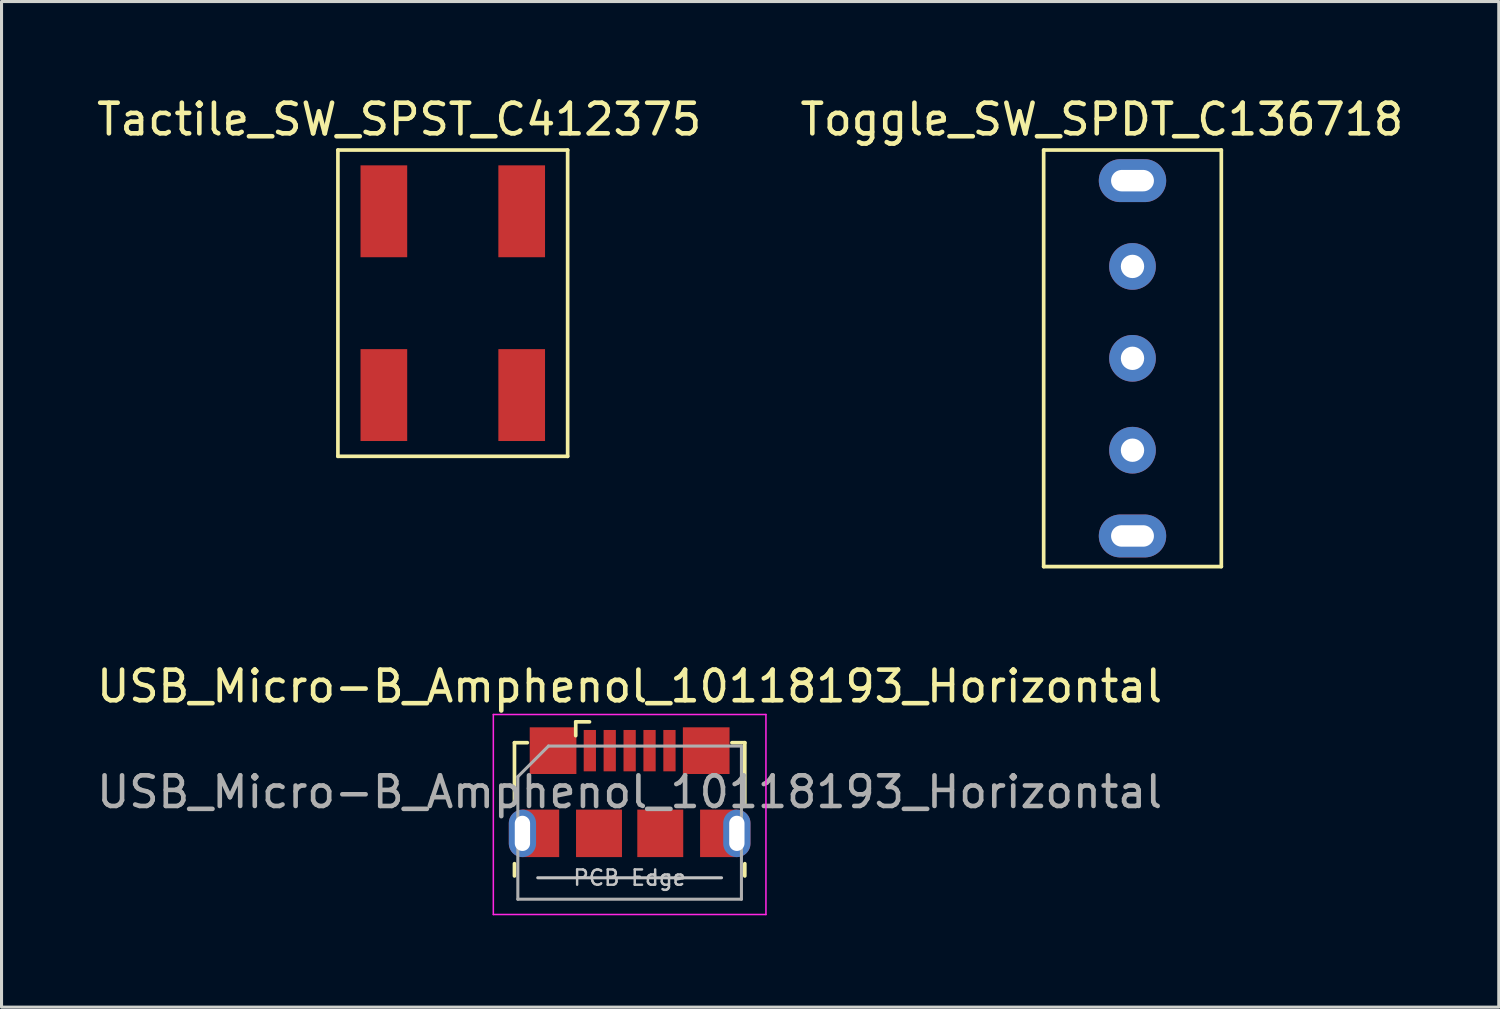
<source format=kicad_pcb>
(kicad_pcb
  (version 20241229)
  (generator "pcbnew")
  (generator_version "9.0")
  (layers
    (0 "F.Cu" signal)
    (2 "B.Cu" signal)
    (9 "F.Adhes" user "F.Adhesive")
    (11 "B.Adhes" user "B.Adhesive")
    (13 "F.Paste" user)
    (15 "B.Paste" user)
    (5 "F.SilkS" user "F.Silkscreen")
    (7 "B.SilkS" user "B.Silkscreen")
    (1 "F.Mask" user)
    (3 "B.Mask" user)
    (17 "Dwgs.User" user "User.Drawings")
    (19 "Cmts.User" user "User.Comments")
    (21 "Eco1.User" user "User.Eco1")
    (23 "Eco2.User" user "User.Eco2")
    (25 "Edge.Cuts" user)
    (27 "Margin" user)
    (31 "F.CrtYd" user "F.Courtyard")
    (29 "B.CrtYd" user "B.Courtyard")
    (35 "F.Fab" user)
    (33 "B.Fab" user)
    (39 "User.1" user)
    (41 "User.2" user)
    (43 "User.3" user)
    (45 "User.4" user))
  (footprint "Tactile_SW_SPST_C412375"
    (layer "F.Cu")
    (at 13.982 3.848)
    (property "Reference" "Tactile_SW_SPST_C412375" (at -4 -3 0) (layer "F.SilkS") (effects (font (size 1 1) (thickness 0.15))))
    (attr through_hole)
    (fp_line (start -6 -2) (end 1.5 -2) (stroke (width 0.12) (type solid)) (layer "F.SilkS"))
    (fp_line (start -6 8) (end -6 -2) (stroke (width 0.12) (type solid)) (layer "F.SilkS"))
    (fp_line (start 1.5 -2) (end 1.5 8) (stroke (width 0.12) (type solid)) (layer "F.SilkS"))
    (fp_line (start 1.5 8) (end -6 8) (stroke (width 0.12) (type solid)) (layer "F.SilkS"))
    (pad "1" smd rect (at 0 0) (size 1.524 3) (layers "F.Cu" "F.Mask" "F.Paste"))
    (pad "2" smd rect (at -4.5 0) (size 1.524 3) (layers "F.Cu" "F.Mask" "F.Paste"))
    (pad "3" smd rect (at 0 6) (size 1.524 3) (layers "F.Cu" "F.Mask" "F.Paste"))
    (pad "4" smd rect (at -4.5 6) (size 1.524 3) (layers "F.Cu" "F.Mask" "F.Paste")))
  (footprint "Toggle_SW_SPDT_C136718"
    (layer "F.Cu")
    (at 33.923 2.848)
    (property "Reference" "Toggle_SW_SPDT_C136718" (at -1 -2 0) (layer "F.SilkS") (effects (font (size 1 1) (thickness 0.15))))
    (attr through_hole)
    (fp_line (start -2.9 -1) (end -2.9 12.6) (stroke (width 0.12) (type solid)) (layer "F.SilkS"))
    (fp_line (start -2.9 -1) (end 2.9 -1) (stroke (width 0.12) (type solid)) (layer "F.SilkS"))
    (fp_line (start -2.9 12.6) (end 2.9 12.6) (stroke (width 0.12) (type solid)) (layer "F.SilkS"))
    (fp_line (start 2.9 -1) (end 2.9 12.6) (stroke (width 0.12) (type solid)) (layer "F.SilkS"))
    (pad "" thru_hole oval (at 0 0) (size 2.2 1.4) (drill oval 1.4 0.7) (layers "*.Cu" "*.Mask"))
    (pad "" thru_hole oval (at 0 11.6) (size 2.2 1.4) (drill oval 1.4 0.7) (layers "*.Cu" "*.Mask"))
    (pad "1" thru_hole circle (at 0 2.8) (size 1.524 1.524) (drill 0.762) (layers "*.Cu" "*.Mask"))
    (pad "2" thru_hole circle (at 0 5.8) (size 1.524 1.524) (drill 0.762) (layers "*.Cu" "*.Mask"))
    (pad "3" thru_hole circle (at 0 8.8) (size 1.524 1.524) (drill 0.762) (layers "*.Cu" "*.Mask")))
  (footprint "USB_Micro-B_Amphenol_10118193_Horizontal"
    (layer "F.Cu")
    (at 17.506 22.857)
    (property "Reference" "USB_Micro-B_Amphenol_10118193_Horizontal" (at 0 -3.5 0) (layer "F.SilkS") (effects (font (size 1 1) (thickness 0.15))))
    (attr smd)
    (fp_line (start -3.76 -1.66) (end -3.34 -1.66) (stroke (width 0.12) (type solid)) (layer "F.SilkS"))
    (fp_line (start -3.76 0.32) (end -3.76 -1.66) (stroke (width 0.12) (type solid)) (layer "F.SilkS"))
    (fp_line (start -3.76 2.69) (end -3.76 2.29) (stroke (width 0.12) (type solid)) (layer "F.SilkS"))
    (fp_line (start -1.76 -1.89) (end -1.76 -2.34) (stroke (width 0.12) (type solid)) (layer "F.SilkS"))
    (fp_line (start -1.31 -2.34) (end -1.76 -2.34) (stroke (width 0.12) (type solid)) (layer "F.SilkS"))
    (fp_line (start 3.76 -1.66) (end 3.34 -1.66) (stroke (width 0.12) (type solid)) (layer "F.SilkS"))
    (fp_line (start 3.76 0.32) (end 3.76 -1.66) (stroke (width 0.12) (type solid)) (layer "F.SilkS"))
    (fp_line (start 3.76 2.29) (end 3.76 2.69) (stroke (width 0.12) (type solid)) (layer "F.SilkS"))
    (fp_line (start 3 2.75) (end -3 2.75) (stroke (width 0.1) (type solid)) (layer "Dwgs.User"))
    (fp_line (start -4.45 -2.58) (end -4.45 3.95) (stroke (width 0.05) (type solid)) (layer "F.CrtYd"))
    (fp_line (start -4.45 -2.58) (end 4.45 -2.58) (stroke (width 0.05) (type solid)) (layer "F.CrtYd"))
    (fp_line (start -4.45 3.95) (end 4.45 3.95) (stroke (width 0.05) (type solid)) (layer "F.CrtYd"))
    (fp_line (start 4.45 -2.58) (end 4.45 3.95) (stroke (width 0.05) (type solid)) (layer "F.CrtYd"))
    (fp_line (start -3.65 -0.55) (end -2.65 -1.55) (stroke (width 0.1) (type solid)) (layer "F.Fab"))
    (fp_line (start -3.65 3.45) (end -3.65 -0.55) (stroke (width 0.1) (type solid)) (layer "F.Fab"))
    (fp_line (start -2.65 -1.55) (end 3.65 -1.55) (stroke (width 0.1) (type solid)) (layer "F.Fab"))
    (fp_line (start 3.65 -1.55) (end 3.65 3.45) (stroke (width 0.1) (type solid)) (layer "F.Fab"))
    (fp_line (start 3.65 3.45) (end -3.65 3.45) (stroke (width 0.1) (type solid)) (layer "F.Fab"))
    (fp_text user "PCB Edge" (at 0 2.75 0) (layer "Dwgs.User") (effects (font (size 0.5 0.5) (thickness 0.08))))
    (fp_text user "${REFERENCE}" (at 0 -0.05 0) (layer "F.Fab") (effects (font (size 1 1) (thickness 0.15))))
    (pad "" smd oval (at -3.5 1.3) (size 0.89 1.55) (layers "F.Paste"))
    (pad "" smd oval (at -2.5 -1.4) (size 1.25 0.95) (layers "F.Paste"))
    (pad "" smd oval (at 2.5 -1.4) (size 1.25 0.95) (layers "F.Paste"))
    (pad "" smd oval (at 3.5 1.3) (size 0.89 1.55) (layers "F.Paste"))
    (pad "1" smd rect (at -1.3 -1.4) (size 0.4 1.35) (layers "F.Cu" "F.Mask" "F.Paste"))
    (pad "2" smd rect (at -0.65 -1.4) (size 0.4 1.35) (layers "F.Cu" "F.Mask" "F.Paste"))
    (pad "3" smd rect (at 0 -1.4) (size 0.4 1.35) (layers "F.Cu" "F.Mask" "F.Paste"))
    (pad "4" smd rect (at 0.65 -1.4) (size 0.4 1.35) (layers "F.Cu" "F.Mask" "F.Paste"))
    (pad "5" smd rect (at 1.3 -1.4) (size 0.4 1.35) (layers "F.Cu" "F.Mask" "F.Paste"))
    (pad "6" thru_hole oval (at -3.5 1.3) (size 0.89 1.55) (drill oval 0.5 1.15) (layers "*.Cu" "*.Mask"))
    (pad "6" smd rect (at -2.9 1.3) (size 1.2 1.55) (layers "F.Cu" "F.Mask" "F.Paste"))
    (pad "6" smd rect (at -2.5 -1.4) (size 1.524 1.524) (layers "F.Cu" "F.Mask" "F.Paste"))
    (pad "6" smd rect (at -1 1.3) (size 1.5 1.55) (layers "F.Cu" "F.Mask" "F.Paste"))
    (pad "6" smd rect (at 1 1.3) (size 1.5 1.55) (layers "F.Cu" "F.Mask" "F.Paste"))
    (pad "6" smd rect (at 2.5 -1.4) (size 1.524 1.524) (layers "F.Cu" "F.Mask" "F.Paste"))
    (pad "6" smd rect (at 2.9 1.3) (size 1.2 1.55) (layers "F.Cu" "F.Mask" "F.Paste"))
    (pad "6" thru_hole oval (at 3.5 1.3) (size 0.89 1.55) (drill oval 0.5 1.15) (layers "*.Cu" "*.Mask")))
  (gr_rect
    (start -3 -3)
    (end 45.881 29.831)
    (stroke (width 0.1) (type default))
    (fill no)
    (layer "Edge.Cuts")))
</source>
